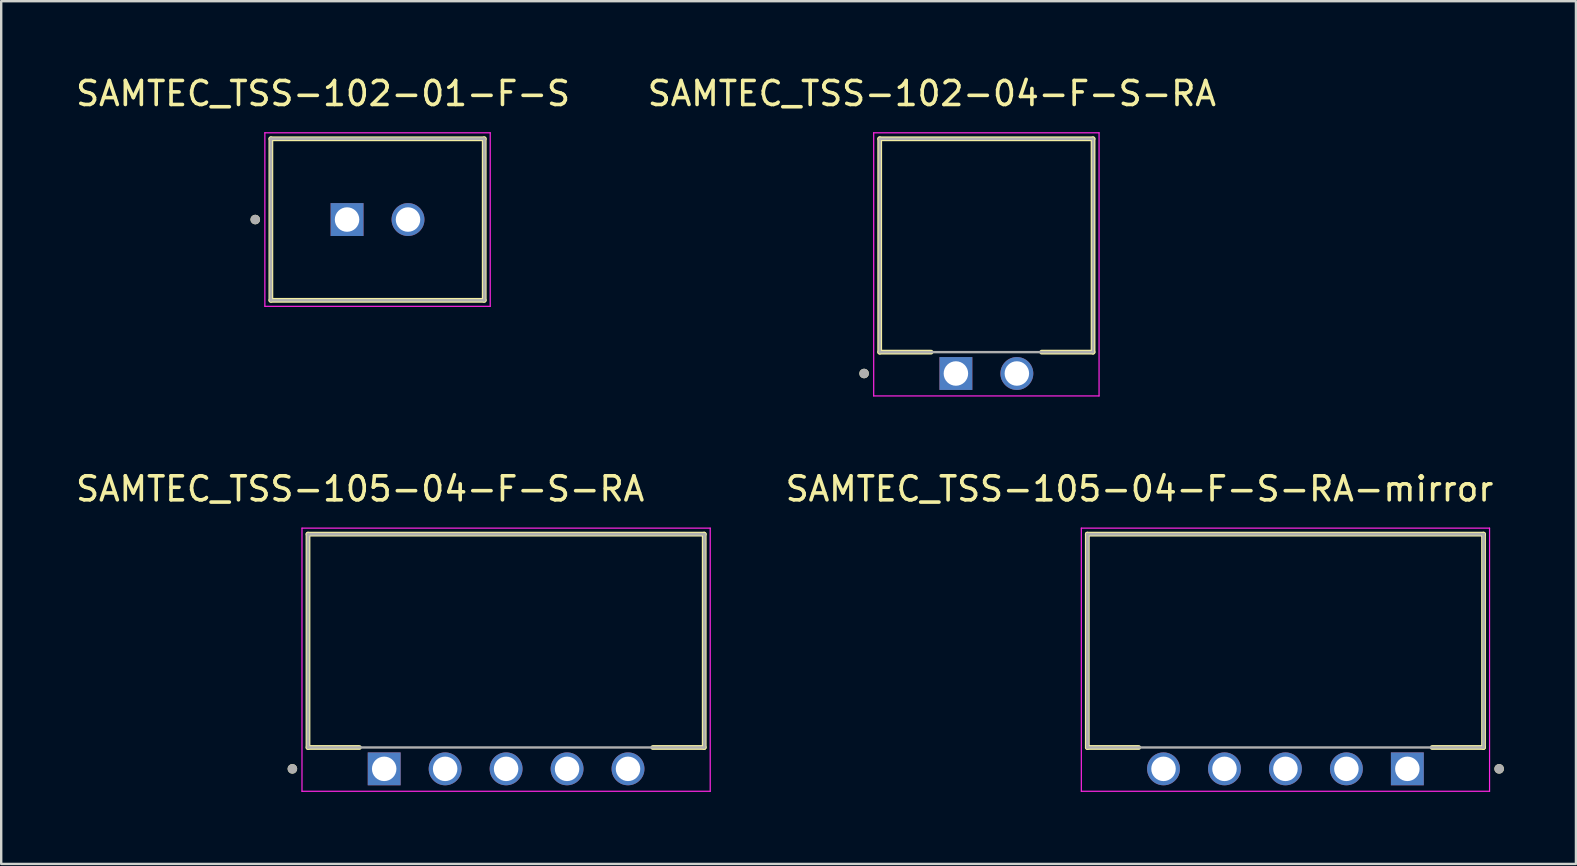
<source format=kicad_pcb>
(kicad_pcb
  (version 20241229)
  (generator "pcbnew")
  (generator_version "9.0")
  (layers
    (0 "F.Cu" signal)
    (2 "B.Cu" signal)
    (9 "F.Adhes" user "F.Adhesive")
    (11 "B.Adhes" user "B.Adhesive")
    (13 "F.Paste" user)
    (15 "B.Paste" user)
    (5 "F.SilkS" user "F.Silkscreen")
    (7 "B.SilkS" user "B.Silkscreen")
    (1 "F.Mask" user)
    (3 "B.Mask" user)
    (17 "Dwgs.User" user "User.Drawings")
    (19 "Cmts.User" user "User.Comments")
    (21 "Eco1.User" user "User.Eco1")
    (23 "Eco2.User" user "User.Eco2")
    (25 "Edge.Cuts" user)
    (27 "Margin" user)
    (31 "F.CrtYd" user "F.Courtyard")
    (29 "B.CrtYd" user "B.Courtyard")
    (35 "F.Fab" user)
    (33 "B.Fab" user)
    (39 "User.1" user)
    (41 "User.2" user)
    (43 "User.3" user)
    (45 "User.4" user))
  (footprint "SAMTEC_TSS-105-04-F-S-RA-mirror"
    (layer "F.Cu")
    (at 45.431 28.986)
    (property "Reference" "SAMTEC_TSS-105-04-F-S-RA-mirror" (at -1 -11.665 0) (layer "F.SilkS") (effects (font (size 1 1) (thickness 0.15))))
    (attr through_hole)
    (fp_line (start -3.175 -9.78) (end -3.175 -0.89) (stroke (width 0.2) (type solid)) (layer "F.SilkS"))
    (fp_line (start -1.035 -0.89) (end -3.175 -0.89) (stroke (width 0.2) (type solid)) (layer "F.SilkS"))
    (fp_line (start 11.195 -0.89) (end 13.335 -0.89) (stroke (width 0.2) (type solid)) (layer "F.SilkS"))
    (fp_line (start 13.335 -9.78) (end -3.175 -9.78) (stroke (width 0.2) (type solid)) (layer "F.SilkS"))
    (fp_line (start 13.335 -0.89) (end 13.335 -9.78) (stroke (width 0.2) (type solid)) (layer "F.SilkS"))
    (fp_circle (center 13.985 0) (end 13.885 0) (stroke (width 0.2) (type solid)) (fill no) (layer "F.SilkS"))
    (fp_line (start -3.425 -10.03) (end -3.425 0.935) (stroke (width 0.05) (type solid)) (layer "F.CrtYd"))
    (fp_line (start -3.425 0.935) (end 13.585 0.935) (stroke (width 0.05) (type solid)) (layer "F.CrtYd"))
    (fp_line (start 13.585 -10.03) (end -3.425 -10.03) (stroke (width 0.05) (type solid)) (layer "F.CrtYd"))
    (fp_line (start 13.585 0.935) (end 13.585 -10.03) (stroke (width 0.05) (type solid)) (layer "F.CrtYd"))
    (fp_line (start -3.175 -9.78) (end -3.175 -0.89) (stroke (width 0.1) (type solid)) (layer "F.Fab"))
    (fp_line (start -3.175 -9.78) (end -3.175 -0.89) (stroke (width 0.1) (type solid)) (layer "F.Fab"))
    (fp_line (start -3.175 -0.89) (end 13.335 -0.89) (stroke (width 0.1) (type solid)) (layer "F.Fab"))
    (fp_line (start 13.335 -9.78) (end -3.175 -9.78) (stroke (width 0.1) (type solid)) (layer "F.Fab"))
    (fp_line (start 13.335 -9.78) (end -3.175 -9.78) (stroke (width 0.1) (type solid)) (layer "F.Fab"))
    (fp_line (start 13.335 -0.89) (end 13.335 -9.78) (stroke (width 0.1) (type solid)) (layer "F.Fab"))
    (fp_line (start 13.335 -0.89) (end 13.335 -9.78) (stroke (width 0.1) (type solid)) (layer "F.Fab"))
    (fp_circle (center 13.985 0) (end 13.885 0) (stroke (width 0.2) (type solid)) (fill no) (layer "F.Fab"))
    (pad "1" thru_hole rect (at 10.16 0) (size 1.37 1.37) (drill 1.02) (layers "*.Cu" "*.Mask"))
    (pad "2" thru_hole circle (at 7.62 0) (size 1.37 1.37) (drill 1.02) (layers "*.Cu" "*.Mask"))
    (pad "3" thru_hole circle (at 5.08 0) (size 1.37 1.37) (drill 1.02) (layers "*.Cu" "*.Mask"))
    (pad "4" thru_hole circle (at 2.54 0) (size 1.37 1.37) (drill 1.02) (layers "*.Cu" "*.Mask"))
    (pad "5" thru_hole circle (at 0 0) (size 1.37 1.37) (drill 1.02) (layers "*.Cu" "*.Mask")))
  (footprint "SAMTEC_TSS-102-04-F-S-RA"
    (layer "F.Cu")
    (at 36.78 12.513)
    (property "Reference" "SAMTEC_TSS-102-04-F-S-RA" (at -1 -11.665 0) (layer "F.SilkS") (effects (font (size 1 1) (thickness 0.15))))
    (attr through_hole)
    (fp_line (start -3.175 -9.78) (end 5.715 -9.78) (stroke (width 0.2) (type solid)) (layer "F.SilkS"))
    (fp_line (start -3.175 -0.89) (end -3.175 -9.78) (stroke (width 0.2) (type solid)) (layer "F.SilkS"))
    (fp_line (start -1.035 -0.89) (end -3.175 -0.89) (stroke (width 0.2) (type solid)) (layer "F.SilkS"))
    (fp_line (start 3.575 -0.89) (end 5.715 -0.89) (stroke (width 0.2) (type solid)) (layer "F.SilkS"))
    (fp_line (start 5.715 -9.78) (end 5.715 -0.89) (stroke (width 0.2) (type solid)) (layer "F.SilkS"))
    (fp_circle (center -3.825 0) (end -3.725 0) (stroke (width 0.2) (type solid)) (fill no) (layer "F.SilkS"))
    (fp_line (start -3.425 -10.03) (end 5.965 -10.03) (stroke (width 0.05) (type solid)) (layer "F.CrtYd"))
    (fp_line (start -3.425 0.935) (end -3.425 -10.03) (stroke (width 0.05) (type solid)) (layer "F.CrtYd"))
    (fp_line (start 5.965 -10.03) (end 5.965 0.935) (stroke (width 0.05) (type solid)) (layer "F.CrtYd"))
    (fp_line (start 5.965 0.935) (end -3.425 0.935) (stroke (width 0.05) (type solid)) (layer "F.CrtYd"))
    (fp_line (start -3.175 -9.78) (end 5.715 -9.78) (stroke (width 0.1) (type solid)) (layer "F.Fab"))
    (fp_line (start -3.175 -0.89) (end -3.175 -9.78) (stroke (width 0.1) (type solid)) (layer "F.Fab"))
    (fp_line (start 5.715 -9.78) (end 5.715 -0.89) (stroke (width 0.1) (type solid)) (layer "F.Fab"))
    (fp_line (start 5.715 -0.89) (end -3.175 -0.89) (stroke (width 0.1) (type solid)) (layer "F.Fab"))
    (fp_circle (center -3.825 0) (end -3.725 0) (stroke (width 0.2) (type solid)) (fill no) (layer "F.Fab"))
    (pad "1" thru_hole rect (at 0 0) (size 1.37 1.37) (drill 1.02) (layers "*.Cu" "*.Mask"))
    (pad "2" thru_hole circle (at 2.54 0) (size 1.37 1.37) (drill 1.02) (layers "*.Cu" "*.Mask")))
  (footprint "SAMTEC_TSS-105-04-F-S-RA"
    (layer "F.Cu")
    (at 12.958 28.986)
    (property "Reference" "SAMTEC_TSS-105-04-F-S-RA" (at -1 -11.665 0) (layer "F.SilkS") (effects (font (size 1 1) (thickness 0.15))))
    (attr through_hole)
    (fp_line (start -3.175 -9.78) (end 13.335 -9.78) (stroke (width 0.2) (type solid)) (layer "F.SilkS"))
    (fp_line (start -3.175 -0.89) (end -3.175 -9.78) (stroke (width 0.2) (type solid)) (layer "F.SilkS"))
    (fp_line (start -1.035 -0.89) (end -3.175 -0.89) (stroke (width 0.2) (type solid)) (layer "F.SilkS"))
    (fp_line (start 11.195 -0.89) (end 13.335 -0.89) (stroke (width 0.2) (type solid)) (layer "F.SilkS"))
    (fp_line (start 13.335 -9.78) (end 13.335 -0.89) (stroke (width 0.2) (type solid)) (layer "F.SilkS"))
    (fp_circle (center -3.825 0) (end -3.725 0) (stroke (width 0.2) (type solid)) (fill no) (layer "F.SilkS"))
    (fp_line (start -3.425 -10.03) (end 13.585 -10.03) (stroke (width 0.05) (type solid)) (layer "F.CrtYd"))
    (fp_line (start -3.425 0.935) (end -3.425 -10.03) (stroke (width 0.05) (type solid)) (layer "F.CrtYd"))
    (fp_line (start 13.585 -10.03) (end 13.585 0.935) (stroke (width 0.05) (type solid)) (layer "F.CrtYd"))
    (fp_line (start 13.585 0.935) (end -3.425 0.935) (stroke (width 0.05) (type solid)) (layer "F.CrtYd"))
    (fp_line (start -3.175 -9.78) (end 13.335 -9.78) (stroke (width 0.1) (type solid)) (layer "F.Fab"))
    (fp_line (start -3.175 -9.78) (end 13.335 -9.78) (stroke (width 0.1) (type solid)) (layer "F.Fab"))
    (fp_line (start -3.175 -0.89) (end -3.175 -9.78) (stroke (width 0.1) (type solid)) (layer "F.Fab"))
    (fp_line (start -3.175 -0.89) (end -3.175 -9.78) (stroke (width 0.1) (type solid)) (layer "F.Fab"))
    (fp_line (start 13.335 -9.78) (end 13.335 -0.89) (stroke (width 0.1) (type solid)) (layer "F.Fab"))
    (fp_line (start 13.335 -9.78) (end 13.335 -0.89) (stroke (width 0.1) (type solid)) (layer "F.Fab"))
    (fp_line (start 13.335 -0.89) (end -3.175 -0.89) (stroke (width 0.1) (type solid)) (layer "F.Fab"))
    (fp_circle (center -3.825 0) (end -3.725 0) (stroke (width 0.2) (type solid)) (fill no) (layer "F.Fab"))
    (pad "1" thru_hole rect (at 0 0) (size 1.37 1.37) (drill 1.02) (layers "*.Cu" "*.Mask"))
    (pad "2" thru_hole circle (at 2.54 0) (size 1.37 1.37) (drill 1.02) (layers "*.Cu" "*.Mask"))
    (pad "3" thru_hole circle (at 5.08 0) (size 1.37 1.37) (drill 1.02) (layers "*.Cu" "*.Mask"))
    (pad "4" thru_hole circle (at 7.62 0) (size 1.37 1.37) (drill 1.02) (layers "*.Cu" "*.Mask"))
    (pad "5" thru_hole circle (at 10.16 0) (size 1.37 1.37) (drill 1.02) (layers "*.Cu" "*.Mask")))
  (footprint "SAMTEC_TSS-102-01-F-S"
    (layer "F.Cu")
    (at 11.411 6.098)
    (property "Reference" "SAMTEC_TSS-102-01-F-S" (at -1 -5.25 0) (layer "F.SilkS") (effects (font (size 1 1) (thickness 0.15))))
    (attr through_hole)
    (fp_line (start -3.175 3.365) (end -3.175 -3.365) (stroke (width 0.2) (type solid)) (layer "F.SilkS"))
    (fp_line (start 5.715 -3.365) (end -3.175 -3.365) (stroke (width 0.2) (type solid)) (layer "F.SilkS"))
    (fp_line (start 5.715 -3.365) (end 5.715 3.365) (stroke (width 0.2) (type solid)) (layer "F.SilkS"))
    (fp_line (start 5.715 3.365) (end -3.175 3.365) (stroke (width 0.2) (type solid)) (layer "F.SilkS"))
    (fp_circle (center -3.825 0) (end -3.725 0) (stroke (width 0.2) (type solid)) (fill no) (layer "F.SilkS"))
    (fp_line (start -3.425 -3.615) (end 5.965 -3.615) (stroke (width 0.05) (type solid)) (layer "F.CrtYd"))
    (fp_line (start -3.425 3.615) (end -3.425 -3.615) (stroke (width 0.05) (type solid)) (layer "F.CrtYd"))
    (fp_line (start 5.965 -3.615) (end 5.965 3.615) (stroke (width 0.05) (type solid)) (layer "F.CrtYd"))
    (fp_line (start 5.965 3.615) (end -3.425 3.615) (stroke (width 0.05) (type solid)) (layer "F.CrtYd"))
    (fp_line (start -3.175 -3.365) (end 5.715 -3.365) (stroke (width 0.1) (type solid)) (layer "F.Fab"))
    (fp_line (start -3.175 -3.365) (end 5.715 -3.365) (stroke (width 0.1) (type solid)) (layer "F.Fab"))
    (fp_line (start -3.175 3.365) (end -3.175 -3.365) (stroke (width 0.1) (type solid)) (layer "F.Fab"))
    (fp_line (start -3.175 3.365) (end -3.175 -3.365) (stroke (width 0.1) (type solid)) (layer "F.Fab"))
    (fp_line (start 5.715 -3.365) (end 5.715 3.365) (stroke (width 0.1) (type solid)) (layer "F.Fab"))
    (fp_line (start 5.715 -3.365) (end 5.715 3.365) (stroke (width 0.1) (type solid)) (layer "F.Fab"))
    (fp_line (start 5.715 3.365) (end -3.175 3.365) (stroke (width 0.1) (type solid)) (layer "F.Fab"))
    (fp_circle (center -3.825 0) (end -3.725 0) (stroke (width 0.2) (type solid)) (fill no) (layer "F.Fab"))
    (pad "01" thru_hole rect (at 0 0) (size 1.37 1.37) (drill 1.02) (layers "*.Cu" "*.Mask"))
    (pad "02" thru_hole circle (at 2.54 0) (size 1.37 1.37) (drill 1.02) (layers "*.Cu" "*.Mask")))
  (gr_rect
    (start -3 -3)
    (end 62.616 32.947)
    (stroke (width 0.1) (type default))
    (fill no)
    (layer "Edge.Cuts")))
</source>
